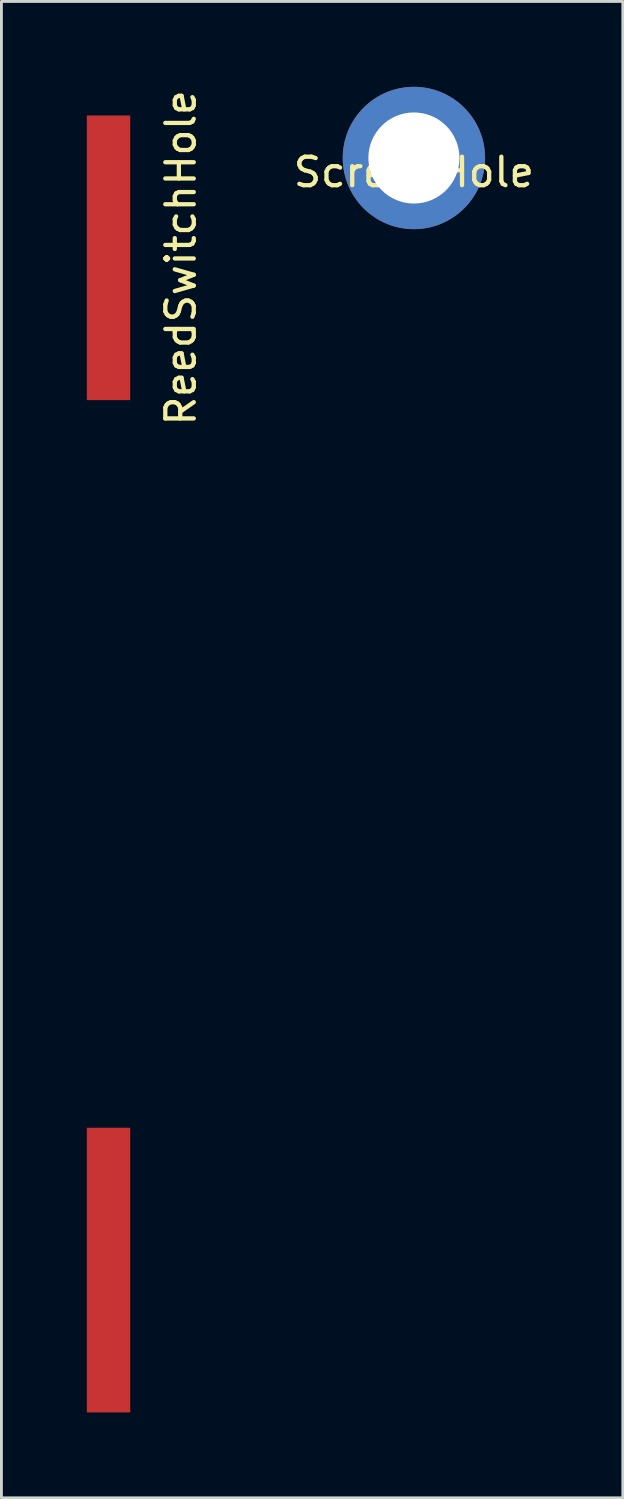
<source format=kicad_pcb>
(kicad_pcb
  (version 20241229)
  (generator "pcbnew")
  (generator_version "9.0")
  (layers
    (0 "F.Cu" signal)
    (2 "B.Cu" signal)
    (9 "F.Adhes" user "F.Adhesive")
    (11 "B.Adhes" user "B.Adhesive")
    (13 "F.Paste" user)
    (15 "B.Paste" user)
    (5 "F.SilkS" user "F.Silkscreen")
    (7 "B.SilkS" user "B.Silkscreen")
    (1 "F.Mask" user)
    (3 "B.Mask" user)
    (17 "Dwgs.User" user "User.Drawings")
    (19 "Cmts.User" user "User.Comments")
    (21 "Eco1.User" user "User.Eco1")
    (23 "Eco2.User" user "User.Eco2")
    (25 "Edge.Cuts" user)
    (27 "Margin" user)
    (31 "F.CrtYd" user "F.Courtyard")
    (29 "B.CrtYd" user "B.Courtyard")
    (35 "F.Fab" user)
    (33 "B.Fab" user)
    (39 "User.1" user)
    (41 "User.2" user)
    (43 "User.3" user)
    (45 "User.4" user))
  (footprint "Screw_Hole"
    (layer "F.Cu")
    (at 11.49 2.5)
    (property "Reference" "Screw_Hole" (at 0 0.5 0) (layer "F.SilkS") (effects (font (size 1 1) (thickness 0.15))))
    (attr through_hole)
    (pad "1" thru_hole circle (at 0 0) (size 5 5) (drill 3.2) (layers "*.Cu" "*.Mask")))
  (footprint "ReedSwitchHole"
    (layer "F.Cu")
    (at 0.762 23.786)
    (property "Reference" "ReedSwitchHole" (at 2.54 -17.78 90) (layer "F.SilkS") (effects (font (size 1 1) (thickness 0.15))))
    (attr through_hole)
    (pad "1" smd rect (at 0 -17.78) (size 1.524 10) (layers "F.Cu" "F.Mask"))
    (pad "2" smd rect (at 0 17.78) (size 1.524 10) (layers "F.Cu" "F.Mask")))
  (gr_rect
    (start -3 -3)
    (end 18.829 49.566)
    (stroke (width 0.1) (type default))
    (fill no)
    (layer "Edge.Cuts")))
</source>
